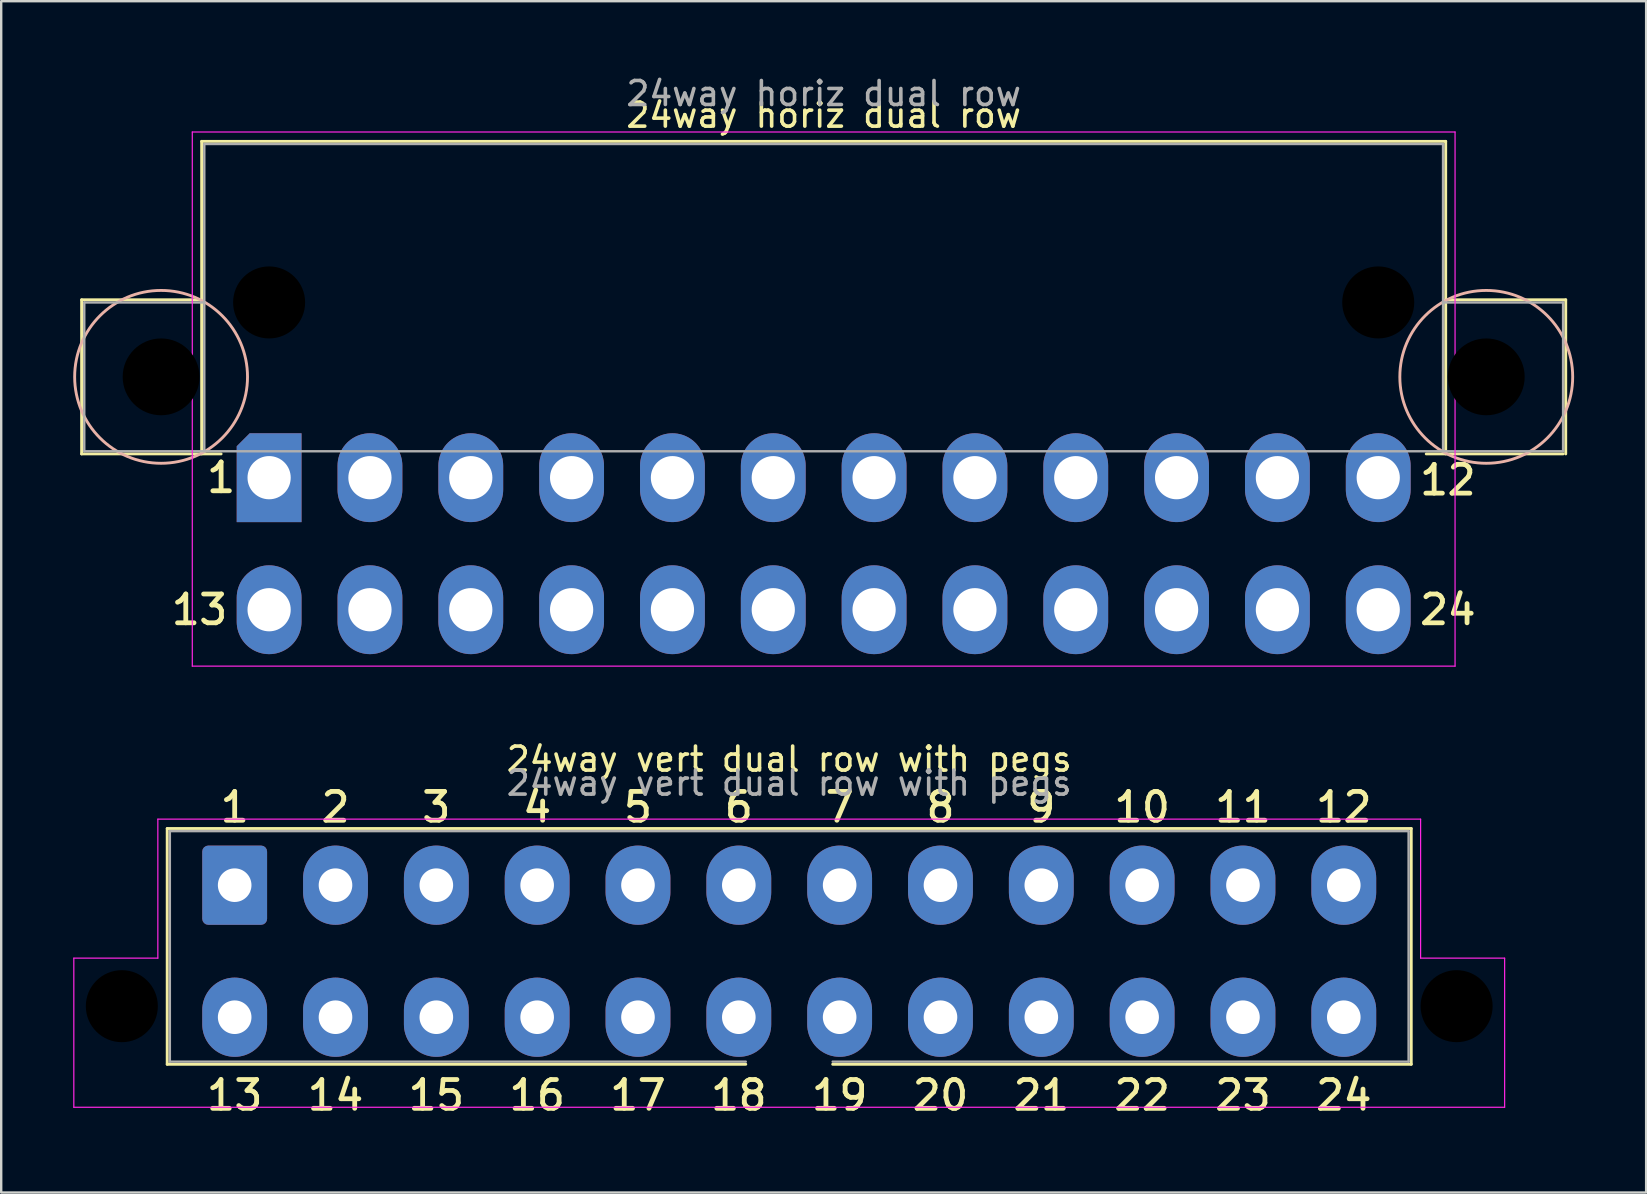
<source format=kicad_pcb>
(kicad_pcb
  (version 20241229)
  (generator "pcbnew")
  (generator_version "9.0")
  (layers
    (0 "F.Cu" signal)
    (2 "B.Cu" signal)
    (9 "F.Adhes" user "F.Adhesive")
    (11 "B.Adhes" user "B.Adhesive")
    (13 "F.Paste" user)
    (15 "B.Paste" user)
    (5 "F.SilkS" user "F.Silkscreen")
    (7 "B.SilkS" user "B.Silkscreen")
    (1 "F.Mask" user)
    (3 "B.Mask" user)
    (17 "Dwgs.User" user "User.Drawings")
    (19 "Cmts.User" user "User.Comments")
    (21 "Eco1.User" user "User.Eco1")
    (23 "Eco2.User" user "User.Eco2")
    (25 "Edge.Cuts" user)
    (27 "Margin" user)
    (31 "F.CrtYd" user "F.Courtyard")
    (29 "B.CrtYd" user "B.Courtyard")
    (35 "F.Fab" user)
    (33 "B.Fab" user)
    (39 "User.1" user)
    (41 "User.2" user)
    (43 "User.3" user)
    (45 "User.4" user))
  (footprint "24way vert dual row with pegs"
    (layer "F.Cu")
    (at 29.825 36.572)
    (property "Reference" "24way vert dual row with pegs" (at 0 -8 0) (layer "F.SilkS") (effects (font (size 1 1) (thickness 0.15))))
    (attr through_hole)
    (fp_line (start -25.91 -5.11) (end -25.91 4.71) (stroke (width 0.12) (type solid)) (layer "F.SilkS"))
    (fp_line (start -25.91 4.71) (end -1.81 4.71) (stroke (width 0.12) (type solid)) (layer "F.SilkS"))
    (fp_line (start 25.91 -5.11) (end -25.91 -5.11) (stroke (width 0.12) (type solid)) (layer "F.SilkS"))
    (fp_line (start 25.91 -5.11) (end 25.91 4.71) (stroke (width 0.12) (type solid)) (layer "F.SilkS"))
    (fp_line (start 25.91 4.71) (end 1.81 4.71) (stroke (width 0.12) (type solid)) (layer "F.SilkS"))
    (fp_line (start -29.8 0.29) (end -29.8 6.5) (stroke (width 0.05) (type solid)) (layer "F.CrtYd"))
    (fp_line (start -29.8 6.5) (end 29.8 6.5) (stroke (width 0.05) (type solid)) (layer "F.CrtYd"))
    (fp_line (start -26.3 -5.5) (end -26.3 0.29) (stroke (width 0.05) (type solid)) (layer "F.CrtYd"))
    (fp_line (start -26.3 0.29) (end -29.8 0.29) (stroke (width 0.05) (type solid)) (layer "F.CrtYd"))
    (fp_line (start 26.3 -5.5) (end -26.3 -5.5) (stroke (width 0.05) (type solid)) (layer "F.CrtYd"))
    (fp_line (start 26.3 0.29) (end 26.3 -5.5) (stroke (width 0.05) (type solid)) (layer "F.CrtYd"))
    (fp_line (start 29.8 0.29) (end 26.3 0.29) (stroke (width 0.05) (type solid)) (layer "F.CrtYd"))
    (fp_line (start 29.8 6.5) (end 29.8 0.29) (stroke (width 0.05) (type solid)) (layer "F.CrtYd"))
    (fp_line (start -25.8 -5) (end -25.8 4.6) (stroke (width 0.1) (type solid)) (layer "F.Fab"))
    (fp_line (start -25.8 4.6) (end -1.81 4.6) (stroke (width 0.1) (type solid)) (layer "F.Fab"))
    (fp_line (start 1.81 4.6) (end 25.8 4.6) (stroke (width 0.1) (type solid)) (layer "F.Fab"))
    (fp_line (start 25.8 -5) (end -25.8 -5) (stroke (width 0.1) (type solid)) (layer "F.Fab"))
    (fp_line (start 25.8 4.6) (end 25.8 -5) (stroke (width 0.1) (type solid)) (layer "F.Fab"))
    (fp_text user "20" (at 6.3 6 0) (unlocked yes) (layer "F.SilkS") (effects (font (size 1.2 1.2) (thickness 0.2))))
    (fp_text user "3" (at -14.7 -6 0) (unlocked yes) (layer "F.SilkS") (effects (font (size 1.2 1.2) (thickness 0.2))))
    (fp_text user "23" (at 18.9 6 0) (unlocked yes) (layer "F.SilkS") (effects (font (size 1.2 1.2) (thickness 0.2))))
    (fp_text user "7" (at 2.1 -6 0) (unlocked yes) (layer "F.SilkS") (effects (font (size 1.2 1.2) (thickness 0.2))))
    (fp_text user "9" (at 10.5 -6 0) (unlocked yes) (layer "F.SilkS") (effects (font (size 1.2 1.2) (thickness 0.2))))
    (fp_text user "12" (at 23.1 -6 0) (unlocked yes) (layer "F.SilkS") (effects (font (size 1.2 1.2) (thickness 0.2))))
    (fp_text user "21" (at 10.5 6 0) (unlocked yes) (layer "F.SilkS") (effects (font (size 1.2 1.2) (thickness 0.2))))
    (fp_text user "14" (at -18.9 6 0) (unlocked yes) (layer "F.SilkS") (effects (font (size 1.2 1.2) (thickness 0.2))))
    (fp_text user "16" (at -10.5 6 0) (unlocked yes) (layer "F.SilkS") (effects (font (size 1.2 1.2) (thickness 0.2))))
    (fp_text user "17" (at -6.3 6 0) (unlocked yes) (layer "F.SilkS") (effects (font (size 1.2 1.2) (thickness 0.2))))
    (fp_text user "10" (at 14.7 -6 0) (unlocked yes) (layer "F.SilkS") (effects (font (size 1.2 1.2) (thickness 0.2))))
    (fp_text user "19" (at 2.1 6 0) (unlocked yes) (layer "F.SilkS") (effects (font (size 1.2 1.2) (thickness 0.2))))
    (fp_text user "24" (at 23.1 6 0) (unlocked yes) (layer "F.SilkS") (effects (font (size 1.2 1.2) (thickness 0.2))))
    (fp_text user "8" (at 6.3 -6 0) (unlocked yes) (layer "F.SilkS") (effects (font (size 1.2 1.2) (thickness 0.2))))
    (fp_text user "15" (at -14.7 6 0) (unlocked yes) (layer "F.SilkS") (effects (font (size 1.2 1.2) (thickness 0.2))))
    (fp_text user "18" (at -2.1 6 0) (unlocked yes) (layer "F.SilkS") (effects (font (size 1.2 1.2) (thickness 0.2))))
    (fp_text user "6" (at -2.1 -6 0) (unlocked yes) (layer "F.SilkS") (effects (font (size 1.2 1.2) (thickness 0.2))))
    (fp_text user "22" (at 14.7 6 0) (unlocked yes) (layer "F.SilkS") (effects (font (size 1.2 1.2) (thickness 0.2))))
    (fp_text user "2" (at -18.9 -6 0) (unlocked yes) (layer "F.SilkS") (effects (font (size 1.2 1.2) (thickness 0.2))))
    (fp_text user "13" (at -23.1 6 0) (unlocked yes) (layer "F.SilkS") (effects (font (size 1.2 1.2) (thickness 0.2))))
    (fp_text user "5" (at -6.3 -6 0) (unlocked yes) (layer "F.SilkS") (effects (font (size 1.2 1.2) (thickness 0.2))))
    (fp_text user "11" (at 18.9 -6 0) (unlocked yes) (layer "F.SilkS") (effects (font (size 1.2 1.2) (thickness 0.2))))
    (fp_text user "1" (at -23.1 -6 0) (unlocked yes) (layer "F.SilkS") (effects (font (size 1.2 1.2) (thickness 0.2))))
    (fp_text user "4" (at -10.5 -6 0) (unlocked yes) (layer "F.SilkS") (effects (font (size 1.2 1.2) (thickness 0.2))))
    (fp_text user "${REFERENCE}" (at 0 -7 0) (layer "F.Fab") (effects (font (size 1 1) (thickness 0.15))))
    (pad "" np_thru_hole circle (at -27.8 2.29) (size 3 3) (drill 3) (layers "*.Mask"))
    (pad "" np_thru_hole circle (at 27.8 2.29) (size 3 3) (drill 3) (layers "*.Mask"))
    (pad "1" thru_hole roundrect (at -23.1 -2.75) (size 2.7 3.3) (drill 1.4) (layers "*.Cu" "*.Mask") (roundrect_rratio 0.093))
    (pad "2" thru_hole oval (at -18.9 -2.75) (size 2.7 3.3) (drill 1.4) (layers "*.Cu" "*.Mask"))
    (pad "3" thru_hole oval (at -14.7 -2.75) (size 2.7 3.3) (drill 1.4) (layers "*.Cu" "*.Mask"))
    (pad "4" thru_hole oval (at -10.5 -2.75) (size 2.7 3.3) (drill 1.4) (layers "*.Cu" "*.Mask"))
    (pad "5" thru_hole oval (at -6.3 -2.75) (size 2.7 3.3) (drill 1.4) (layers "*.Cu" "*.Mask"))
    (pad "6" thru_hole oval (at -2.1 -2.75) (size 2.7 3.3) (drill 1.4) (layers "*.Cu" "*.Mask"))
    (pad "7" thru_hole oval (at 2.1 -2.75) (size 2.7 3.3) (drill 1.4) (layers "*.Cu" "*.Mask"))
    (pad "8" thru_hole oval (at 6.3 -2.75) (size 2.7 3.3) (drill 1.4) (layers "*.Cu" "*.Mask"))
    (pad "9" thru_hole oval (at 10.5 -2.75) (size 2.7 3.3) (drill 1.4) (layers "*.Cu" "*.Mask"))
    (pad "10" thru_hole oval (at 14.7 -2.75) (size 2.7 3.3) (drill 1.4) (layers "*.Cu" "*.Mask"))
    (pad "11" thru_hole oval (at 18.9 -2.75) (size 2.7 3.3) (drill 1.4) (layers "*.Cu" "*.Mask"))
    (pad "12" thru_hole oval (at 23.1 -2.75) (size 2.7 3.3) (drill 1.4) (layers "*.Cu" "*.Mask"))
    (pad "13" thru_hole oval (at -23.1 2.75) (size 2.7 3.3) (drill 1.4) (layers "*.Cu" "*.Mask"))
    (pad "14" thru_hole oval (at -18.9 2.75) (size 2.7 3.3) (drill 1.4) (layers "*.Cu" "*.Mask"))
    (pad "15" thru_hole oval (at -14.7 2.75) (size 2.7 3.3) (drill 1.4) (layers "*.Cu" "*.Mask"))
    (pad "16" thru_hole oval (at -10.5 2.75) (size 2.7 3.3) (drill 1.4) (layers "*.Cu" "*.Mask"))
    (pad "17" thru_hole oval (at -6.3 2.75) (size 2.7 3.3) (drill 1.4) (layers "*.Cu" "*.Mask"))
    (pad "18" thru_hole oval (at -2.1 2.75) (size 2.7 3.3) (drill 1.4) (layers "*.Cu" "*.Mask"))
    (pad "19" thru_hole oval (at 2.1 2.75) (size 2.7 3.3) (drill 1.4) (layers "*.Cu" "*.Mask"))
    (pad "20" thru_hole oval (at 6.3 2.75) (size 2.7 3.3) (drill 1.4) (layers "*.Cu" "*.Mask"))
    (pad "21" thru_hole oval (at 10.5 2.75) (size 2.7 3.3) (drill 1.4) (layers "*.Cu" "*.Mask"))
    (pad "22" thru_hole oval (at 14.7 2.75) (size 2.7 3.3) (drill 1.4) (layers "*.Cu" "*.Mask"))
    (pad "23" thru_hole oval (at 18.9 2.75) (size 2.7 3.3) (drill 1.4) (layers "*.Cu" "*.Mask"))
    (pad "24" thru_hole oval (at 23.1 2.75) (size 2.7 3.3) (drill 1.4) (layers "*.Cu" "*.Mask")))
  (footprint "24way horiz dual row"
    (layer "F.Cu")
    (at 31.26 2.948)
    (property "Reference" "24way horiz dual row" (at 0 -1.2 0) (layer "F.SilkS") (effects (font (size 1 1) (thickness 0.15))))
    (attr through_hole)
    (fp_line (start -30.91 6.49) (end -25.91 6.49) (stroke (width 0.12) (type solid)) (layer "F.SilkS"))
    (fp_line (start -30.91 12.91) (end -30.91 6.49) (stroke (width 0.12) (type solid)) (layer "F.SilkS"))
    (fp_line (start -25.91 -0.11) (end 25.91 -0.11) (stroke (width 0.12) (type solid)) (layer "F.SilkS"))
    (fp_line (start -25.91 12.91) (end -25.91 -0.11) (stroke (width 0.12) (type solid)) (layer "F.SilkS"))
    (fp_line (start -25.1 12.91) (end -30.91 12.91) (stroke (width 0.12) (type solid)) (layer "F.SilkS"))
    (fp_line (start 25.1 12.91) (end 30.8 12.91) (stroke (width 0.12) (type solid)) (layer "F.SilkS"))
    (fp_line (start 25.91 12.91) (end 25.91 -0.11) (stroke (width 0.12) (type solid)) (layer "F.SilkS"))
    (fp_line (start 30.91 6.49) (end 25.91 6.49) (stroke (width 0.12) (type solid)) (layer "F.SilkS"))
    (fp_line (start 30.91 12.91) (end 30.91 6.49) (stroke (width 0.12) (type solid)) (layer "F.SilkS"))
    (fp_circle (center -27.6 9.7) (end -24 9.7) (stroke (width 0.12) (type solid)) (fill no) (layer "B.SilkS"))
    (fp_circle (center 27.6 9.7) (end 31.2 9.7) (stroke (width 0.12) (type solid)) (fill no) (layer "B.SilkS"))
    (fp_line (start -26.3 -0.5) (end -26.3 21.75) (stroke (width 0.05) (type solid)) (layer "F.CrtYd"))
    (fp_line (start -26.3 21.75) (end 26.3 21.75) (stroke (width 0.05) (type solid)) (layer "F.CrtYd"))
    (fp_line (start 26.3 -0.5) (end -26.3 -0.5) (stroke (width 0.05) (type solid)) (layer "F.CrtYd"))
    (fp_line (start 26.3 21.75) (end 26.3 -0.5) (stroke (width 0.05) (type solid)) (layer "F.CrtYd"))
    (fp_line (start -30.8 6.6) (end -30.8 12.8) (stroke (width 0.1) (type solid)) (layer "F.Fab"))
    (fp_line (start -30.8 6.6) (end -25.8 6.6) (stroke (width 0.1) (type solid)) (layer "F.Fab"))
    (fp_line (start -30.8 12.8) (end 30.8 12.8) (stroke (width 0.1) (type solid)) (layer "F.Fab"))
    (fp_line (start -25.8 0) (end -25.8 12.8) (stroke (width 0.1) (type solid)) (layer "F.Fab"))
    (fp_line (start 25.8 0) (end -25.8 0) (stroke (width 0.1) (type solid)) (layer "F.Fab"))
    (fp_line (start 25.8 6.6) (end 30.8 6.6) (stroke (width 0.1) (type solid)) (layer "F.Fab"))
    (fp_line (start 25.8 12.8) (end 25.8 0) (stroke (width 0.1) (type solid)) (layer "F.Fab"))
    (fp_line (start 30.8 6.6) (end 30.8 12.8) (stroke (width 0.1) (type solid)) (layer "F.Fab"))
    (fp_text user "12" (at 26 14 0) (unlocked yes) (layer "F.SilkS") (effects (font (size 1.2 1.2) (thickness 0.2))))
    (fp_text user "1" (at -25.1 13.9 0) (unlocked yes) (layer "F.SilkS") (effects (font (size 1.2 1.2) (thickness 0.2))))
    (fp_text user "24" (at 26 19.4 0) (unlocked yes) (layer "F.SilkS") (effects (font (size 1.2 1.2) (thickness 0.2))))
    (fp_text user "13" (at -26 19.4 0) (unlocked yes) (layer "F.SilkS") (effects (font (size 1.2 1.2) (thickness 0.2))))
    (fp_text user "${REFERENCE}" (at 0 -2.1 0) (layer "F.Fab") (effects (font (size 1 1) (thickness 0.15))))
    (pad "" np_thru_hole circle (at -27.6 9.7) (size 3.2 3.2) (drill 3.2) (layers "*.Mask"))
    (pad "" np_thru_hole circle (at -23.1 6.6) (size 3 3) (drill 3) (layers "*.Mask"))
    (pad "" np_thru_hole circle (at 23.1 6.6) (size 3 3) (drill 3) (layers "*.Mask"))
    (pad "" np_thru_hole circle (at 27.6 9.7) (size 3.2 3.2) (drill 3.2) (layers "*.Mask"))
    (pad "1" thru_hole roundrect (at -23.1 13.9) (size 2.7 3.7) (drill 1.8) (layers "*.Cu" "*.Mask") (roundrect_rratio 0) (chamfer_ratio 0.2) (chamfer top_left))
    (pad "2" thru_hole oval (at -18.9 13.9) (size 2.7 3.7) (drill 1.8) (layers "*.Cu" "*.Mask"))
    (pad "3" thru_hole oval (at -14.7 13.9) (size 2.7 3.7) (drill 1.8) (layers "*.Cu" "*.Mask"))
    (pad "4" thru_hole oval (at -10.5 13.9) (size 2.7 3.7) (drill 1.8) (layers "*.Cu" "*.Mask"))
    (pad "5" thru_hole oval (at -6.3 13.9) (size 2.7 3.7) (drill 1.8) (layers "*.Cu" "*.Mask"))
    (pad "6" thru_hole oval (at -2.1 13.9) (size 2.7 3.7) (drill 1.8) (layers "*.Cu" "*.Mask"))
    (pad "7" thru_hole oval (at 2.1 13.9) (size 2.7 3.7) (drill 1.8) (layers "*.Cu" "*.Mask"))
    (pad "8" thru_hole oval (at 6.3 13.9) (size 2.7 3.7) (drill 1.8) (layers "*.Cu" "*.Mask"))
    (pad "9" thru_hole oval (at 10.5 13.9) (size 2.7 3.7) (drill 1.8) (layers "*.Cu" "*.Mask"))
    (pad "10" thru_hole oval (at 14.7 13.9) (size 2.7 3.7) (drill 1.8) (layers "*.Cu" "*.Mask"))
    (pad "11" thru_hole oval (at 18.9 13.9) (size 2.7 3.7) (drill 1.8) (layers "*.Cu" "*.Mask"))
    (pad "12" thru_hole oval (at 23.1 13.9) (size 2.7 3.7) (drill 1.8) (layers "*.Cu" "*.Mask"))
    (pad "13" thru_hole oval (at -23.1 19.4) (size 2.7 3.7) (drill 1.8) (layers "*.Cu" "*.Mask"))
    (pad "14" thru_hole oval (at -18.9 19.4) (size 2.7 3.7) (drill 1.8) (layers "*.Cu" "*.Mask"))
    (pad "15" thru_hole oval (at -14.7 19.4) (size 2.7 3.7) (drill 1.8) (layers "*.Cu" "*.Mask"))
    (pad "16" thru_hole oval (at -10.5 19.4) (size 2.7 3.7) (drill 1.8) (layers "*.Cu" "*.Mask"))
    (pad "17" thru_hole oval (at -6.3 19.4) (size 2.7 3.7) (drill 1.8) (layers "*.Cu" "*.Mask"))
    (pad "18" thru_hole oval (at -2.1 19.4) (size 2.7 3.7) (drill 1.8) (layers "*.Cu" "*.Mask"))
    (pad "19" thru_hole oval (at 2.1 19.4) (size 2.7 3.7) (drill 1.8) (layers "*.Cu" "*.Mask"))
    (pad "20" thru_hole oval (at 6.3 19.4) (size 2.7 3.7) (drill 1.8) (layers "*.Cu" "*.Mask"))
    (pad "21" thru_hole oval (at 10.5 19.4) (size 2.7 3.7) (drill 1.8) (layers "*.Cu" "*.Mask"))
    (pad "22" thru_hole oval (at 14.7 19.4) (size 2.7 3.7) (drill 1.8) (layers "*.Cu" "*.Mask"))
    (pad "23" thru_hole oval (at 18.9 19.4) (size 2.7 3.7) (drill 1.8) (layers "*.Cu" "*.Mask"))
    (pad "24" thru_hole oval (at 23.1 19.4) (size 2.7 3.7) (drill 1.8) (layers "*.Cu" "*.Mask")))
  (gr_rect
    (start -3 -3)
    (end 65.52 46.624)
    (stroke (width 0.1) (type default))
    (fill no)
    (layer "Edge.Cuts")))
</source>
